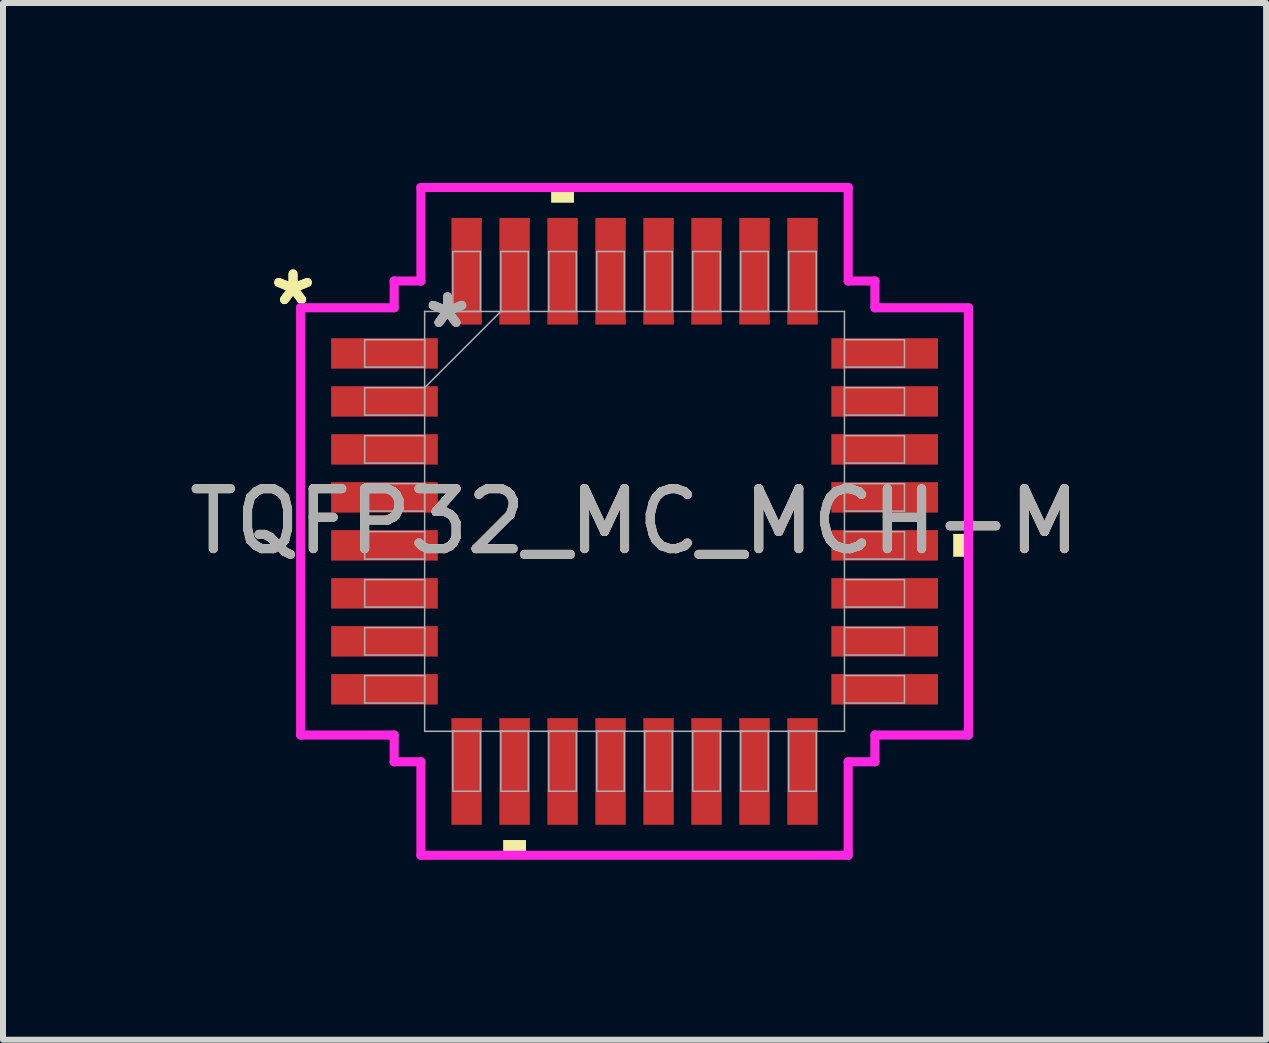
<source format=kicad_pcb>
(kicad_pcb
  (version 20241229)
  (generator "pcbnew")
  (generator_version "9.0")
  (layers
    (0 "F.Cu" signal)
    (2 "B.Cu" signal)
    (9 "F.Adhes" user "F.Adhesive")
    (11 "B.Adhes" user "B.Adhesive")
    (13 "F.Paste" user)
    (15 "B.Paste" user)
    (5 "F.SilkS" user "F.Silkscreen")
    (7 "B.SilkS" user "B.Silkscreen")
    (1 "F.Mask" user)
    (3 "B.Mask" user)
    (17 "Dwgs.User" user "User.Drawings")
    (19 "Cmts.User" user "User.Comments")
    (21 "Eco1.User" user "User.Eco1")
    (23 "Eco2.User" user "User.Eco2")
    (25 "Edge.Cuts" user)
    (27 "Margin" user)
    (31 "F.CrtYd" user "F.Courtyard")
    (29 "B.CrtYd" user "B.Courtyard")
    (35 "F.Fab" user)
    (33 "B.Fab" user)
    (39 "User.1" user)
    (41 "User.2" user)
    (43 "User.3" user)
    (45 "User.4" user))
  (footprint "TQFP32_MC_MCH-M"
    (layer "F.Cu")
    (at 7.53 5.643)
    (property "Reference" "TQFP32_MC_MCH-M" (at 0 0 0) (unlocked yes) (layer "F.SilkS") (effects (font (size 1 1) (thickness 0.15))))
    (attr smd)
    (fp_poly (pts (xy -2.191 5.313) (xy -2.191 5.567) (xy -1.81 5.567) (xy -1.81 5.313)) (stroke (width 0) (type solid)) (fill yes) (layer "F.SilkS"))
    (fp_poly (pts (xy -1.391 -5.313) (xy -1.391 -5.567) (xy -1.01 -5.567) (xy -1.01 -5.313)) (stroke (width 0) (type solid)) (fill yes) (layer "F.SilkS"))
    (fp_poly (pts (xy 5.567 0.209) (xy 5.567 0.59) (xy 5.313 0.59) (xy 5.313 0.209)) (stroke (width 0) (type solid)) (fill yes) (layer "F.SilkS"))
    (fp_line (start -5.567 -3.562) (end -4.008 -3.562) (stroke (width 0.152) (type solid)) (layer "F.CrtYd"))
    (fp_line (start -5.567 3.562) (end -5.567 -3.562) (stroke (width 0.152) (type solid)) (layer "F.CrtYd"))
    (fp_line (start -4.008 -4.008) (end -3.562 -4.008) (stroke (width 0.152) (type solid)) (layer "F.CrtYd"))
    (fp_line (start -4.008 -3.562) (end -4.008 -4.008) (stroke (width 0.152) (type solid)) (layer "F.CrtYd"))
    (fp_line (start -4.008 3.562) (end -5.567 3.562) (stroke (width 0.152) (type solid)) (layer "F.CrtYd"))
    (fp_line (start -4.008 4.008) (end -4.008 3.562) (stroke (width 0.152) (type solid)) (layer "F.CrtYd"))
    (fp_line (start -4.008 4.008) (end -3.562 4.008) (stroke (width 0.152) (type solid)) (layer "F.CrtYd"))
    (fp_line (start -3.562 -5.567) (end 3.562 -5.567) (stroke (width 0.152) (type solid)) (layer "F.CrtYd"))
    (fp_line (start -3.562 -4.008) (end -3.562 -5.567) (stroke (width 0.152) (type solid)) (layer "F.CrtYd"))
    (fp_line (start -3.562 4.008) (end -3.562 5.567) (stroke (width 0.152) (type solid)) (layer "F.CrtYd"))
    (fp_line (start -3.562 5.567) (end 3.562 5.567) (stroke (width 0.152) (type solid)) (layer "F.CrtYd"))
    (fp_line (start 3.562 -5.567) (end 3.562 -4.008) (stroke (width 0.152) (type solid)) (layer "F.CrtYd"))
    (fp_line (start 3.562 -4.008) (end 4.008 -4.008) (stroke (width 0.152) (type solid)) (layer "F.CrtYd"))
    (fp_line (start 3.562 4.008) (end 4.008 4.008) (stroke (width 0.152) (type solid)) (layer "F.CrtYd"))
    (fp_line (start 3.562 5.567) (end 3.562 4.008) (stroke (width 0.152) (type solid)) (layer "F.CrtYd"))
    (fp_line (start 4.008 -3.562) (end 4.008 -4.008) (stroke (width 0.152) (type solid)) (layer "F.CrtYd"))
    (fp_line (start 4.008 3.562) (end 5.567 3.562) (stroke (width 0.152) (type solid)) (layer "F.CrtYd"))
    (fp_line (start 4.008 4.008) (end 4.008 3.562) (stroke (width 0.152) (type solid)) (layer "F.CrtYd"))
    (fp_line (start 5.567 -3.562) (end 4.008 -3.562) (stroke (width 0.152) (type solid)) (layer "F.CrtYd"))
    (fp_line (start 5.567 3.562) (end 5.567 -3.562) (stroke (width 0.152) (type solid)) (layer "F.CrtYd"))
    (fp_line (start -4.5 -3.029) (end -4.5 -2.571) (stroke (width 0.025) (type solid)) (layer "F.Fab"))
    (fp_line (start -4.5 -2.571) (end -3.5 -2.571) (stroke (width 0.025) (type solid)) (layer "F.Fab"))
    (fp_line (start -4.5 -2.229) (end -4.5 -1.771) (stroke (width 0.025) (type solid)) (layer "F.Fab"))
    (fp_line (start -4.5 -1.771) (end -3.5 -1.771) (stroke (width 0.025) (type solid)) (layer "F.Fab"))
    (fp_line (start -4.5 -1.429) (end -4.5 -0.971) (stroke (width 0.025) (type solid)) (layer "F.Fab"))
    (fp_line (start -4.5 -0.971) (end -3.5 -0.971) (stroke (width 0.025) (type solid)) (layer "F.Fab"))
    (fp_line (start -4.5 -0.629) (end -4.5 -0.171) (stroke (width 0.025) (type solid)) (layer "F.Fab"))
    (fp_line (start -4.5 -0.171) (end -3.5 -0.171) (stroke (width 0.025) (type solid)) (layer "F.Fab"))
    (fp_line (start -4.5 0.171) (end -4.5 0.629) (stroke (width 0.025) (type solid)) (layer "F.Fab"))
    (fp_line (start -4.5 0.629) (end -3.5 0.629) (stroke (width 0.025) (type solid)) (layer "F.Fab"))
    (fp_line (start -4.5 0.971) (end -4.5 1.429) (stroke (width 0.025) (type solid)) (layer "F.Fab"))
    (fp_line (start -4.5 1.429) (end -3.5 1.429) (stroke (width 0.025) (type solid)) (layer "F.Fab"))
    (fp_line (start -4.5 1.771) (end -4.5 2.229) (stroke (width 0.025) (type solid)) (layer "F.Fab"))
    (fp_line (start -4.5 2.229) (end -3.5 2.229) (stroke (width 0.025) (type solid)) (layer "F.Fab"))
    (fp_line (start -4.5 2.571) (end -4.5 3.029) (stroke (width 0.025) (type solid)) (layer "F.Fab"))
    (fp_line (start -4.5 3.029) (end -3.5 3.029) (stroke (width 0.025) (type solid)) (layer "F.Fab"))
    (fp_line (start -3.5 -3.5) (end -3.5 3.5) (stroke (width 0.025) (type solid)) (layer "F.Fab"))
    (fp_line (start -3.5 -3.029) (end -4.5 -3.029) (stroke (width 0.025) (type solid)) (layer "F.Fab"))
    (fp_line (start -3.5 -2.571) (end -3.5 -3.029) (stroke (width 0.025) (type solid)) (layer "F.Fab"))
    (fp_line (start -3.5 -2.23) (end -2.23 -3.5) (stroke (width 0.025) (type solid)) (layer "F.Fab"))
    (fp_line (start -3.5 -2.229) (end -4.5 -2.229) (stroke (width 0.025) (type solid)) (layer "F.Fab"))
    (fp_line (start -3.5 -1.771) (end -3.5 -2.229) (stroke (width 0.025) (type solid)) (layer "F.Fab"))
    (fp_line (start -3.5 -1.429) (end -4.5 -1.429) (stroke (width 0.025) (type solid)) (layer "F.Fab"))
    (fp_line (start -3.5 -0.971) (end -3.5 -1.429) (stroke (width 0.025) (type solid)) (layer "F.Fab"))
    (fp_line (start -3.5 -0.629) (end -4.5 -0.629) (stroke (width 0.025) (type solid)) (layer "F.Fab"))
    (fp_line (start -3.5 -0.171) (end -3.5 -0.629) (stroke (width 0.025) (type solid)) (layer "F.Fab"))
    (fp_line (start -3.5 0.171) (end -4.5 0.171) (stroke (width 0.025) (type solid)) (layer "F.Fab"))
    (fp_line (start -3.5 0.629) (end -3.5 0.171) (stroke (width 0.025) (type solid)) (layer "F.Fab"))
    (fp_line (start -3.5 0.971) (end -4.5 0.971) (stroke (width 0.025) (type solid)) (layer "F.Fab"))
    (fp_line (start -3.5 1.429) (end -3.5 0.971) (stroke (width 0.025) (type solid)) (layer "F.Fab"))
    (fp_line (start -3.5 1.771) (end -4.5 1.771) (stroke (width 0.025) (type solid)) (layer "F.Fab"))
    (fp_line (start -3.5 2.229) (end -3.5 1.771) (stroke (width 0.025) (type solid)) (layer "F.Fab"))
    (fp_line (start -3.5 2.571) (end -4.5 2.571) (stroke (width 0.025) (type solid)) (layer "F.Fab"))
    (fp_line (start -3.5 3.029) (end -3.5 2.571) (stroke (width 0.025) (type solid)) (layer "F.Fab"))
    (fp_line (start -3.5 3.5) (end 3.5 3.5) (stroke (width 0.025) (type solid)) (layer "F.Fab"))
    (fp_line (start -3.029 -4.5) (end -3.029 -3.5) (stroke (width 0.025) (type solid)) (layer "F.Fab"))
    (fp_line (start -3.029 -3.5) (end -2.571 -3.5) (stroke (width 0.025) (type solid)) (layer "F.Fab"))
    (fp_line (start -3.029 3.5) (end -3.029 4.5) (stroke (width 0.025) (type solid)) (layer "F.Fab"))
    (fp_line (start -3.029 4.5) (end -2.571 4.5) (stroke (width 0.025) (type solid)) (layer "F.Fab"))
    (fp_line (start -2.571 -4.5) (end -3.029 -4.5) (stroke (width 0.025) (type solid)) (layer "F.Fab"))
    (fp_line (start -2.571 -3.5) (end -2.571 -4.5) (stroke (width 0.025) (type solid)) (layer "F.Fab"))
    (fp_line (start -2.571 3.5) (end -3.029 3.5) (stroke (width 0.025) (type solid)) (layer "F.Fab"))
    (fp_line (start -2.571 4.5) (end -2.571 3.5) (stroke (width 0.025) (type solid)) (layer "F.Fab"))
    (fp_line (start -2.229 -4.5) (end -2.229 -3.5) (stroke (width 0.025) (type solid)) (layer "F.Fab"))
    (fp_line (start -2.229 -3.5) (end -1.771 -3.5) (stroke (width 0.025) (type solid)) (layer "F.Fab"))
    (fp_line (start -2.229 3.5) (end -2.229 4.5) (stroke (width 0.025) (type solid)) (layer "F.Fab"))
    (fp_line (start -2.229 4.5) (end -1.771 4.5) (stroke (width 0.025) (type solid)) (layer "F.Fab"))
    (fp_line (start -1.771 -4.5) (end -2.229 -4.5) (stroke (width 0.025) (type solid)) (layer "F.Fab"))
    (fp_line (start -1.771 -3.5) (end -1.771 -4.5) (stroke (width 0.025) (type solid)) (layer "F.Fab"))
    (fp_line (start -1.771 3.5) (end -2.229 3.5) (stroke (width 0.025) (type solid)) (layer "F.Fab"))
    (fp_line (start -1.771 4.5) (end -1.771 3.5) (stroke (width 0.025) (type solid)) (layer "F.Fab"))
    (fp_line (start -1.429 -4.5) (end -1.429 -3.5) (stroke (width 0.025) (type solid)) (layer "F.Fab"))
    (fp_line (start -1.429 -3.5) (end -0.971 -3.5) (stroke (width 0.025) (type solid)) (layer "F.Fab"))
    (fp_line (start -1.429 3.5) (end -1.429 4.5) (stroke (width 0.025) (type solid)) (layer "F.Fab"))
    (fp_line (start -1.429 4.5) (end -0.971 4.5) (stroke (width 0.025) (type solid)) (layer "F.Fab"))
    (fp_line (start -0.971 -4.5) (end -1.429 -4.5) (stroke (width 0.025) (type solid)) (layer "F.Fab"))
    (fp_line (start -0.971 -3.5) (end -0.971 -4.5) (stroke (width 0.025) (type solid)) (layer "F.Fab"))
    (fp_line (start -0.971 3.5) (end -1.429 3.5) (stroke (width 0.025) (type solid)) (layer "F.Fab"))
    (fp_line (start -0.971 4.5) (end -0.971 3.5) (stroke (width 0.025) (type solid)) (layer "F.Fab"))
    (fp_line (start -0.629 -4.5) (end -0.629 -3.5) (stroke (width 0.025) (type solid)) (layer "F.Fab"))
    (fp_line (start -0.629 -3.5) (end -0.171 -3.5) (stroke (width 0.025) (type solid)) (layer "F.Fab"))
    (fp_line (start -0.629 3.5) (end -0.629 4.5) (stroke (width 0.025) (type solid)) (layer "F.Fab"))
    (fp_line (start -0.629 4.5) (end -0.171 4.5) (stroke (width 0.025) (type solid)) (layer "F.Fab"))
    (fp_line (start -0.171 -4.5) (end -0.629 -4.5) (stroke (width 0.025) (type solid)) (layer "F.Fab"))
    (fp_line (start -0.171 -3.5) (end -0.171 -4.5) (stroke (width 0.025) (type solid)) (layer "F.Fab"))
    (fp_line (start -0.171 3.5) (end -0.629 3.5) (stroke (width 0.025) (type solid)) (layer "F.Fab"))
    (fp_line (start -0.171 4.5) (end -0.171 3.5) (stroke (width 0.025) (type solid)) (layer "F.Fab"))
    (fp_line (start 0.171 -4.5) (end 0.171 -3.5) (stroke (width 0.025) (type solid)) (layer "F.Fab"))
    (fp_line (start 0.171 -3.5) (end 0.629 -3.5) (stroke (width 0.025) (type solid)) (layer "F.Fab"))
    (fp_line (start 0.171 3.5) (end 0.171 4.5) (stroke (width 0.025) (type solid)) (layer "F.Fab"))
    (fp_line (start 0.171 4.5) (end 0.629 4.5) (stroke (width 0.025) (type solid)) (layer "F.Fab"))
    (fp_line (start 0.629 -4.5) (end 0.171 -4.5) (stroke (width 0.025) (type solid)) (layer "F.Fab"))
    (fp_line (start 0.629 -3.5) (end 0.629 -4.5) (stroke (width 0.025) (type solid)) (layer "F.Fab"))
    (fp_line (start 0.629 3.5) (end 0.171 3.5) (stroke (width 0.025) (type solid)) (layer "F.Fab"))
    (fp_line (start 0.629 4.5) (end 0.629 3.5) (stroke (width 0.025) (type solid)) (layer "F.Fab"))
    (fp_line (start 0.971 -4.5) (end 0.971 -3.5) (stroke (width 0.025) (type solid)) (layer "F.Fab"))
    (fp_line (start 0.971 -3.5) (end 1.429 -3.5) (stroke (width 0.025) (type solid)) (layer "F.Fab"))
    (fp_line (start 0.971 3.5) (end 0.971 4.5) (stroke (width 0.025) (type solid)) (layer "F.Fab"))
    (fp_line (start 0.971 4.5) (end 1.429 4.5) (stroke (width 0.025) (type solid)) (layer "F.Fab"))
    (fp_line (start 1.429 -4.5) (end 0.971 -4.5) (stroke (width 0.025) (type solid)) (layer "F.Fab"))
    (fp_line (start 1.429 -3.5) (end 1.429 -4.5) (stroke (width 0.025) (type solid)) (layer "F.Fab"))
    (fp_line (start 1.429 3.5) (end 0.971 3.5) (stroke (width 0.025) (type solid)) (layer "F.Fab"))
    (fp_line (start 1.429 4.5) (end 1.429 3.5) (stroke (width 0.025) (type solid)) (layer "F.Fab"))
    (fp_line (start 1.771 -4.5) (end 1.771 -3.5) (stroke (width 0.025) (type solid)) (layer "F.Fab"))
    (fp_line (start 1.771 -3.5) (end 2.229 -3.5) (stroke (width 0.025) (type solid)) (layer "F.Fab"))
    (fp_line (start 1.771 3.5) (end 1.771 4.5) (stroke (width 0.025) (type solid)) (layer "F.Fab"))
    (fp_line (start 1.771 4.5) (end 2.229 4.5) (stroke (width 0.025) (type solid)) (layer "F.Fab"))
    (fp_line (start 2.229 -4.5) (end 1.771 -4.5) (stroke (width 0.025) (type solid)) (layer "F.Fab"))
    (fp_line (start 2.229 -3.5) (end 2.229 -4.5) (stroke (width 0.025) (type solid)) (layer "F.Fab"))
    (fp_line (start 2.229 3.5) (end 1.771 3.5) (stroke (width 0.025) (type solid)) (layer "F.Fab"))
    (fp_line (start 2.229 4.5) (end 2.229 3.5) (stroke (width 0.025) (type solid)) (layer "F.Fab"))
    (fp_line (start 2.571 -4.5) (end 2.571 -3.5) (stroke (width 0.025) (type solid)) (layer "F.Fab"))
    (fp_line (start 2.571 -3.5) (end 3.029 -3.5) (stroke (width 0.025) (type solid)) (layer "F.Fab"))
    (fp_line (start 2.571 3.5) (end 2.571 4.5) (stroke (width 0.025) (type solid)) (layer "F.Fab"))
    (fp_line (start 2.571 4.5) (end 3.029 4.5) (stroke (width 0.025) (type solid)) (layer "F.Fab"))
    (fp_line (start 3.029 -4.5) (end 2.571 -4.5) (stroke (width 0.025) (type solid)) (layer "F.Fab"))
    (fp_line (start 3.029 -3.5) (end 3.029 -4.5) (stroke (width 0.025) (type solid)) (layer "F.Fab"))
    (fp_line (start 3.029 3.5) (end 2.571 3.5) (stroke (width 0.025) (type solid)) (layer "F.Fab"))
    (fp_line (start 3.029 4.5) (end 3.029 3.5) (stroke (width 0.025) (type solid)) (layer "F.Fab"))
    (fp_line (start 3.5 -3.5) (end -3.5 -3.5) (stroke (width 0.025) (type solid)) (layer "F.Fab"))
    (fp_line (start 3.5 -3.029) (end 3.5 -2.571) (stroke (width 0.025) (type solid)) (layer "F.Fab"))
    (fp_line (start 3.5 -2.571) (end 4.5 -2.571) (stroke (width 0.025) (type solid)) (layer "F.Fab"))
    (fp_line (start 3.5 -2.229) (end 3.5 -1.771) (stroke (width 0.025) (type solid)) (layer "F.Fab"))
    (fp_line (start 3.5 -1.771) (end 4.5 -1.771) (stroke (width 0.025) (type solid)) (layer "F.Fab"))
    (fp_line (start 3.5 -1.429) (end 3.5 -0.971) (stroke (width 0.025) (type solid)) (layer "F.Fab"))
    (fp_line (start 3.5 -0.971) (end 4.5 -0.971) (stroke (width 0.025) (type solid)) (layer "F.Fab"))
    (fp_line (start 3.5 -0.629) (end 3.5 -0.171) (stroke (width 0.025) (type solid)) (layer "F.Fab"))
    (fp_line (start 3.5 -0.171) (end 4.5 -0.171) (stroke (width 0.025) (type solid)) (layer "F.Fab"))
    (fp_line (start 3.5 0.171) (end 3.5 0.629) (stroke (width 0.025) (type solid)) (layer "F.Fab"))
    (fp_line (start 3.5 0.629) (end 4.5 0.629) (stroke (width 0.025) (type solid)) (layer "F.Fab"))
    (fp_line (start 3.5 0.971) (end 3.5 1.429) (stroke (width 0.025) (type solid)) (layer "F.Fab"))
    (fp_line (start 3.5 1.429) (end 4.5 1.429) (stroke (width 0.025) (type solid)) (layer "F.Fab"))
    (fp_line (start 3.5 1.771) (end 3.5 2.229) (stroke (width 0.025) (type solid)) (layer "F.Fab"))
    (fp_line (start 3.5 2.229) (end 4.5 2.229) (stroke (width 0.025) (type solid)) (layer "F.Fab"))
    (fp_line (start 3.5 2.571) (end 3.5 3.029) (stroke (width 0.025) (type solid)) (layer "F.Fab"))
    (fp_line (start 3.5 3.029) (end 4.5 3.029) (stroke (width 0.025) (type solid)) (layer "F.Fab"))
    (fp_line (start 3.5 3.5) (end 3.5 -3.5) (stroke (width 0.025) (type solid)) (layer "F.Fab"))
    (fp_line (start 4.5 -3.029) (end 3.5 -3.029) (stroke (width 0.025) (type solid)) (layer "F.Fab"))
    (fp_line (start 4.5 -2.571) (end 4.5 -3.029) (stroke (width 0.025) (type solid)) (layer "F.Fab"))
    (fp_line (start 4.5 -2.229) (end 3.5 -2.229) (stroke (width 0.025) (type solid)) (layer "F.Fab"))
    (fp_line (start 4.5 -1.771) (end 4.5 -2.229) (stroke (width 0.025) (type solid)) (layer "F.Fab"))
    (fp_line (start 4.5 -1.429) (end 3.5 -1.429) (stroke (width 0.025) (type solid)) (layer "F.Fab"))
    (fp_line (start 4.5 -0.971) (end 4.5 -1.429) (stroke (width 0.025) (type solid)) (layer "F.Fab"))
    (fp_line (start 4.5 -0.629) (end 3.5 -0.629) (stroke (width 0.025) (type solid)) (layer "F.Fab"))
    (fp_line (start 4.5 -0.171) (end 4.5 -0.629) (stroke (width 0.025) (type solid)) (layer "F.Fab"))
    (fp_line (start 4.5 0.171) (end 3.5 0.171) (stroke (width 0.025) (type solid)) (layer "F.Fab"))
    (fp_line (start 4.5 0.629) (end 4.5 0.171) (stroke (width 0.025) (type solid)) (layer "F.Fab"))
    (fp_line (start 4.5 0.971) (end 3.5 0.971) (stroke (width 0.025) (type solid)) (layer "F.Fab"))
    (fp_line (start 4.5 1.429) (end 4.5 0.971) (stroke (width 0.025) (type solid)) (layer "F.Fab"))
    (fp_line (start 4.5 1.771) (end 3.5 1.771) (stroke (width 0.025) (type solid)) (layer "F.Fab"))
    (fp_line (start 4.5 2.229) (end 4.5 1.771) (stroke (width 0.025) (type solid)) (layer "F.Fab"))
    (fp_line (start 4.5 2.571) (end 3.5 2.571) (stroke (width 0.025) (type solid)) (layer "F.Fab"))
    (fp_line (start 4.5 3.029) (end 4.5 2.571) (stroke (width 0.025) (type solid)) (layer "F.Fab"))
    (fp_text user "*" (at -5.694 -3.581 0) (layer "F.SilkS") (effects (font (size 1 1) (thickness 0.15))))
    (fp_text user "*" (at -5.694 -3.581 0) (unlocked yes) (layer "F.SilkS") (effects (font (size 1 1) (thickness 0.15))))
    (fp_text user "*" (at -3.119 -3.2 0) (unlocked yes) (layer "F.Fab") (effects (font (size 1 1) (thickness 0.15))))
    (fp_text user "${REFERENCE}" (at 0 0 0) (unlocked yes) (layer "F.Fab") (effects (font (size 1 1) (thickness 0.15))))
    (fp_text user "*" (at -3.119 -3.2 0) (layer "F.Fab") (effects (font (size 1 1) (thickness 0.15))))
    (pad "1" smd rect (at -4.17 -2.8 90) (size 0.508 1.778) (layers "F.Cu" "F.Mask" "F.Paste"))
    (pad "2" smd rect (at -4.17 -2 90) (size 0.508 1.778) (layers "F.Cu" "F.Mask" "F.Paste"))
    (pad "3" smd rect (at -4.17 -1.2 90) (size 0.508 1.778) (layers "F.Cu" "F.Mask" "F.Paste"))
    (pad "4" smd rect (at -4.17 -0.4 90) (size 0.508 1.778) (layers "F.Cu" "F.Mask" "F.Paste"))
    (pad "5" smd rect (at -4.17 0.4 90) (size 0.508 1.778) (layers "F.Cu" "F.Mask" "F.Paste"))
    (pad "6" smd rect (at -4.17 1.2 90) (size 0.508 1.778) (layers "F.Cu" "F.Mask" "F.Paste"))
    (pad "7" smd rect (at -4.17 2 90) (size 0.508 1.778) (layers "F.Cu" "F.Mask" "F.Paste"))
    (pad "8" smd rect (at -4.17 2.8 90) (size 0.508 1.778) (layers "F.Cu" "F.Mask" "F.Paste"))
    (pad "9" smd rect (at -2.8 4.17) (size 0.508 1.778) (layers "F.Cu" "F.Mask" "F.Paste"))
    (pad "10" smd rect (at -2 4.17) (size 0.508 1.778) (layers "F.Cu" "F.Mask" "F.Paste"))
    (pad "11" smd rect (at -1.2 4.17) (size 0.508 1.778) (layers "F.Cu" "F.Mask" "F.Paste"))
    (pad "12" smd rect (at -0.4 4.17) (size 0.508 1.778) (layers "F.Cu" "F.Mask" "F.Paste"))
    (pad "13" smd rect (at 0.4 4.17) (size 0.508 1.778) (layers "F.Cu" "F.Mask" "F.Paste"))
    (pad "14" smd rect (at 1.2 4.17) (size 0.508 1.778) (layers "F.Cu" "F.Mask" "F.Paste"))
    (pad "15" smd rect (at 2 4.17) (size 0.508 1.778) (layers "F.Cu" "F.Mask" "F.Paste"))
    (pad "16" smd rect (at 2.8 4.17) (size 0.508 1.778) (layers "F.Cu" "F.Mask" "F.Paste"))
    (pad "17" smd rect (at 4.17 2.8 90) (size 0.508 1.778) (layers "F.Cu" "F.Mask" "F.Paste"))
    (pad "18" smd rect (at 4.17 2 90) (size 0.508 1.778) (layers "F.Cu" "F.Mask" "F.Paste"))
    (pad "19" smd rect (at 4.17 1.2 90) (size 0.508 1.778) (layers "F.Cu" "F.Mask" "F.Paste"))
    (pad "20" smd rect (at 4.17 0.4 90) (size 0.508 1.778) (layers "F.Cu" "F.Mask" "F.Paste"))
    (pad "21" smd rect (at 4.17 -0.4 90) (size 0.508 1.778) (layers "F.Cu" "F.Mask" "F.Paste"))
    (pad "22" smd rect (at 4.17 -1.2 90) (size 0.508 1.778) (layers "F.Cu" "F.Mask" "F.Paste"))
    (pad "23" smd rect (at 4.17 -2 90) (size 0.508 1.778) (layers "F.Cu" "F.Mask" "F.Paste"))
    (pad "24" smd rect (at 4.17 -2.8 90) (size 0.508 1.778) (layers "F.Cu" "F.Mask" "F.Paste"))
    (pad "25" smd rect (at 2.8 -4.17) (size 0.508 1.778) (layers "F.Cu" "F.Mask" "F.Paste"))
    (pad "26" smd rect (at 2 -4.17) (size 0.508 1.778) (layers "F.Cu" "F.Mask" "F.Paste"))
    (pad "27" smd rect (at 1.2 -4.17) (size 0.508 1.778) (layers "F.Cu" "F.Mask" "F.Paste"))
    (pad "28" smd rect (at 0.4 -4.17) (size 0.508 1.778) (layers "F.Cu" "F.Mask" "F.Paste"))
    (pad "29" smd rect (at -0.4 -4.17) (size 0.508 1.778) (layers "F.Cu" "F.Mask" "F.Paste"))
    (pad "30" smd rect (at -1.2 -4.17) (size 0.508 1.778) (layers "F.Cu" "F.Mask" "F.Paste"))
    (pad "31" smd rect (at -2 -4.17) (size 0.508 1.778) (layers "F.Cu" "F.Mask" "F.Paste"))
    (pad "32" smd rect (at -2.8 -4.17) (size 0.508 1.778) (layers "F.Cu" "F.Mask" "F.Paste")))
  (gr_rect
    (start -3 -3)
    (end 18.06 14.286)
    (stroke (width 0.1) (type default))
    (fill no)
    (layer "Edge.Cuts")))
</source>
